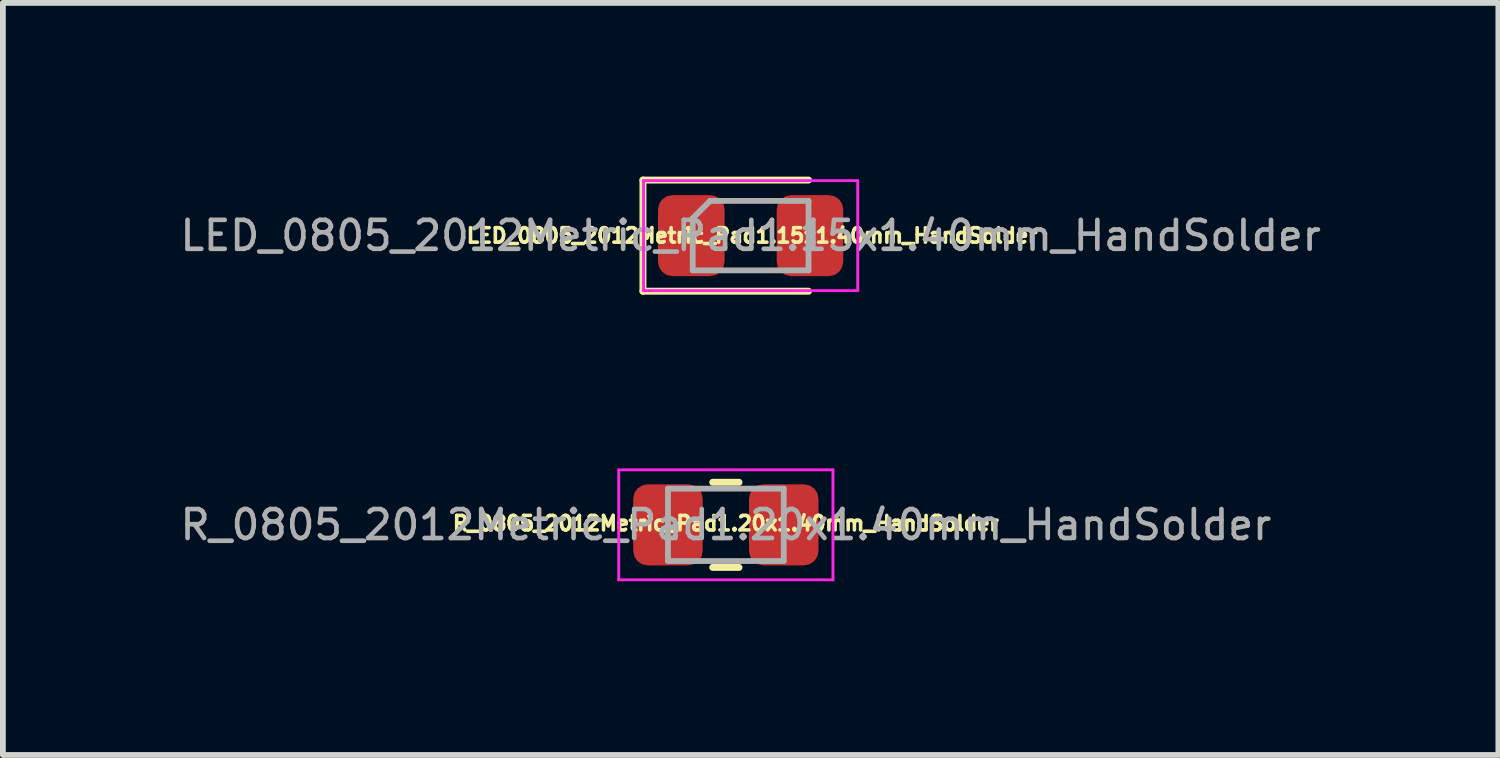
<source format=kicad_pcb>
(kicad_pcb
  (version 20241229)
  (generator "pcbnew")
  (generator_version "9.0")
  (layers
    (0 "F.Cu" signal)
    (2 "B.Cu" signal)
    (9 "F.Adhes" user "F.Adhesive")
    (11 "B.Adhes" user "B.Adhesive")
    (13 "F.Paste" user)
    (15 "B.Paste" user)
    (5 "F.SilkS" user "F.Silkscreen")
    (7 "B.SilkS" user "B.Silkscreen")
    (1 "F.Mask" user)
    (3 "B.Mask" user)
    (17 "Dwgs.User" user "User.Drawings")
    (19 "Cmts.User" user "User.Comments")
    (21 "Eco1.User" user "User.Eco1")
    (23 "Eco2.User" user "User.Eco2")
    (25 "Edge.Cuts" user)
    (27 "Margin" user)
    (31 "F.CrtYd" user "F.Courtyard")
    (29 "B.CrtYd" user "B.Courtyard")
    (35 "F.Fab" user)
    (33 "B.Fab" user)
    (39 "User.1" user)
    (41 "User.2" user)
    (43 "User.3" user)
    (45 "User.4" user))
  (footprint "R_0805_2012Metric_Pad1.20x1.40mm_HandSolder"
    (layer "F.Cu")
    (at 9.487 6.015)
    (property "Reference" "R_0805_2012Metric_Pad1.20x1.40mm_HandSolder" (at 0 -0.025 0) (layer "F.SilkS") (effects (font (size 0.25 0.25) (thickness 0.062))))
    (attr smd)
    (fp_line (start -0.227 -0.735) (end 0.227 -0.735) (stroke (width 0.12) (type solid)) (layer "F.SilkS"))
    (fp_line (start -0.227 0.735) (end 0.227 0.735) (stroke (width 0.12) (type solid)) (layer "F.SilkS"))
    (fp_line (start -1.85 -0.95) (end 1.85 -0.95) (stroke (width 0.05) (type solid)) (layer "F.CrtYd"))
    (fp_line (start -1.85 0.95) (end -1.85 -0.95) (stroke (width 0.05) (type solid)) (layer "F.CrtYd"))
    (fp_line (start 1.85 -0.95) (end 1.85 0.95) (stroke (width 0.05) (type solid)) (layer "F.CrtYd"))
    (fp_line (start 1.85 0.95) (end -1.85 0.95) (stroke (width 0.05) (type solid)) (layer "F.CrtYd"))
    (fp_line (start -1 -0.625) (end 1 -0.625) (stroke (width 0.1) (type solid)) (layer "F.Fab"))
    (fp_line (start -1 0.625) (end -1 -0.625) (stroke (width 0.1) (type solid)) (layer "F.Fab"))
    (fp_line (start 1 -0.625) (end 1 0.625) (stroke (width 0.1) (type solid)) (layer "F.Fab"))
    (fp_line (start 1 0.625) (end -1 0.625) (stroke (width 0.1) (type solid)) (layer "F.Fab"))
    (fp_text user "${REFERENCE}" (at 0 0 0) (layer "F.Fab") (effects (font (size 0.5 0.5) (thickness 0.08))))
    (pad "1" smd roundrect (at -1 0) (size 1.2 1.4) (layers "F.Cu" "F.Mask" "F.Paste") (roundrect_rratio 0.208))
    (pad "2" smd roundrect (at 1 0) (size 1.2 1.4) (layers "F.Cu" "F.Mask" "F.Paste") (roundrect_rratio 0.208)))
  (footprint "LED_0805_2012Metric_Pad1.15x1.40mm_HandSolder"
    (layer "F.Cu")
    (at 9.915 1.02)
    (property "Reference" "LED_0805_2012Metric_Pad1.15x1.40mm_HandSolder" (at 0.025 0 0) (layer "F.SilkS") (effects (font (size 0.25 0.25) (thickness 0.062))))
    (attr smd)
    (fp_line (start -1.86 -0.96) (end -1.86 0.96) (stroke (width 0.12) (type solid)) (layer "F.SilkS"))
    (fp_line (start -1.86 0.96) (end 1 0.96) (stroke (width 0.12) (type solid)) (layer "F.SilkS"))
    (fp_line (start 1 -0.96) (end -1.86 -0.96) (stroke (width 0.12) (type solid)) (layer "F.SilkS"))
    (fp_line (start -1.85 -0.95) (end 1.85 -0.95) (stroke (width 0.05) (type solid)) (layer "F.CrtYd"))
    (fp_line (start -1.85 0.95) (end -1.85 -0.95) (stroke (width 0.05) (type solid)) (layer "F.CrtYd"))
    (fp_line (start 1.85 -0.95) (end 1.85 0.95) (stroke (width 0.05) (type solid)) (layer "F.CrtYd"))
    (fp_line (start 1.85 0.95) (end -1.85 0.95) (stroke (width 0.05) (type solid)) (layer "F.CrtYd"))
    (fp_line (start -1 -0.3) (end -1 0.6) (stroke (width 0.1) (type solid)) (layer "F.Fab"))
    (fp_line (start -1 0.6) (end 1 0.6) (stroke (width 0.1) (type solid)) (layer "F.Fab"))
    (fp_line (start -0.7 -0.6) (end -1 -0.3) (stroke (width 0.1) (type solid)) (layer "F.Fab"))
    (fp_line (start 1 -0.6) (end -0.7 -0.6) (stroke (width 0.1) (type solid)) (layer "F.Fab"))
    (fp_line (start 1 0.6) (end 1 -0.6) (stroke (width 0.1) (type solid)) (layer "F.Fab"))
    (fp_text user "${REFERENCE}" (at 0 0 0) (layer "F.Fab") (effects (font (size 0.5 0.5) (thickness 0.08))))
    (pad "1" smd roundrect (at -1.025 0) (size 1.15 1.4) (layers "F.Cu" "F.Mask" "F.Paste") (roundrect_rratio 0.217))
    (pad "2" smd roundrect (at 1.025 0) (size 1.15 1.4) (layers "F.Cu" "F.Mask" "F.Paste") (roundrect_rratio 0.217)))
  (gr_rect
    (start -3 -3)
    (end 22.83 9.99)
    (stroke (width 0.1) (type default))
    (fill no)
    (layer "Edge.Cuts")))
</source>
